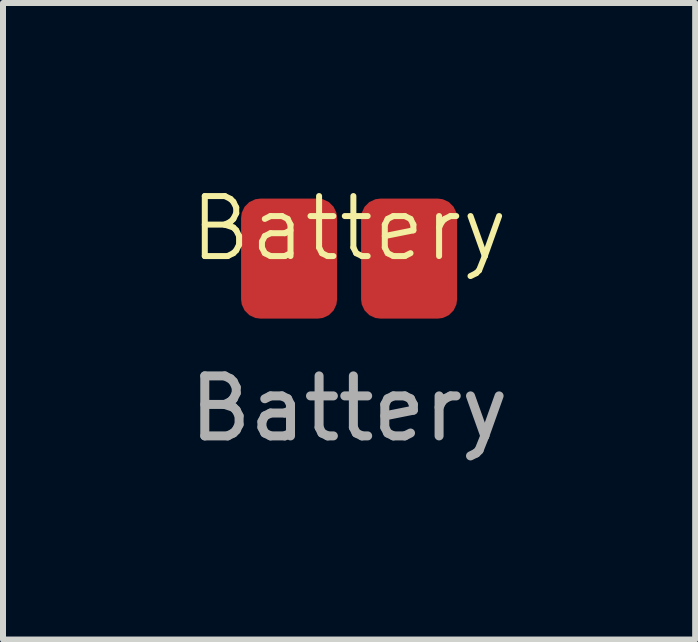
<source format=kicad_pcb>
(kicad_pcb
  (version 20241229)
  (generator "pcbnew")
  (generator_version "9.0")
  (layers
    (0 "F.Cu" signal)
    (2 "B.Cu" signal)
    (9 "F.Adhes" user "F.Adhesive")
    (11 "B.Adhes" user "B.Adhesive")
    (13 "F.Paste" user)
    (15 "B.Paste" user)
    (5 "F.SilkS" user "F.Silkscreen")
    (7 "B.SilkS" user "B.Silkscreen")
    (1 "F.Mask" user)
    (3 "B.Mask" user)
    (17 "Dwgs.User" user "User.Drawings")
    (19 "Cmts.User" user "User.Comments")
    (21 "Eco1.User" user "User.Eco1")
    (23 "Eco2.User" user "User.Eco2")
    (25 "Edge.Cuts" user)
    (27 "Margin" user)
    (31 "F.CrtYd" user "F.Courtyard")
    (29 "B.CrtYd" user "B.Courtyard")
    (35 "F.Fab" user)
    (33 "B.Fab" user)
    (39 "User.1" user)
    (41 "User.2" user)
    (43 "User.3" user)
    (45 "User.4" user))
  (footprint "Battery"
    (layer "F.Cu")
    (at 2.768 1.26)
    (property "Reference" "Battery" (at 0 -0.5 0) (unlocked yes) (layer "F.SilkS") (effects (font (size 1 1) (thickness 0.1))))
    (attr smd)
    (fp_text user "${REFERENCE}" (at 0 2.5 0) (unlocked yes) (layer "F.Fab") (effects (font (size 1 1) (thickness 0.15))))
    (pad "1" smd roundrect (at -1 0) (size 1.6 2) (layers "F.Cu" "F.Mask") (roundrect_rratio 0.2))
    (pad "2" smd roundrect (at 1 0) (size 1.6 2) (layers "F.Cu" "F.Mask") (roundrect_rratio 0.2)))
  (gr_rect
    (start -3 -3)
    (end 8.536 7.609)
    (stroke (width 0.1) (type default))
    (fill no)
    (layer "Edge.Cuts")))
</source>
